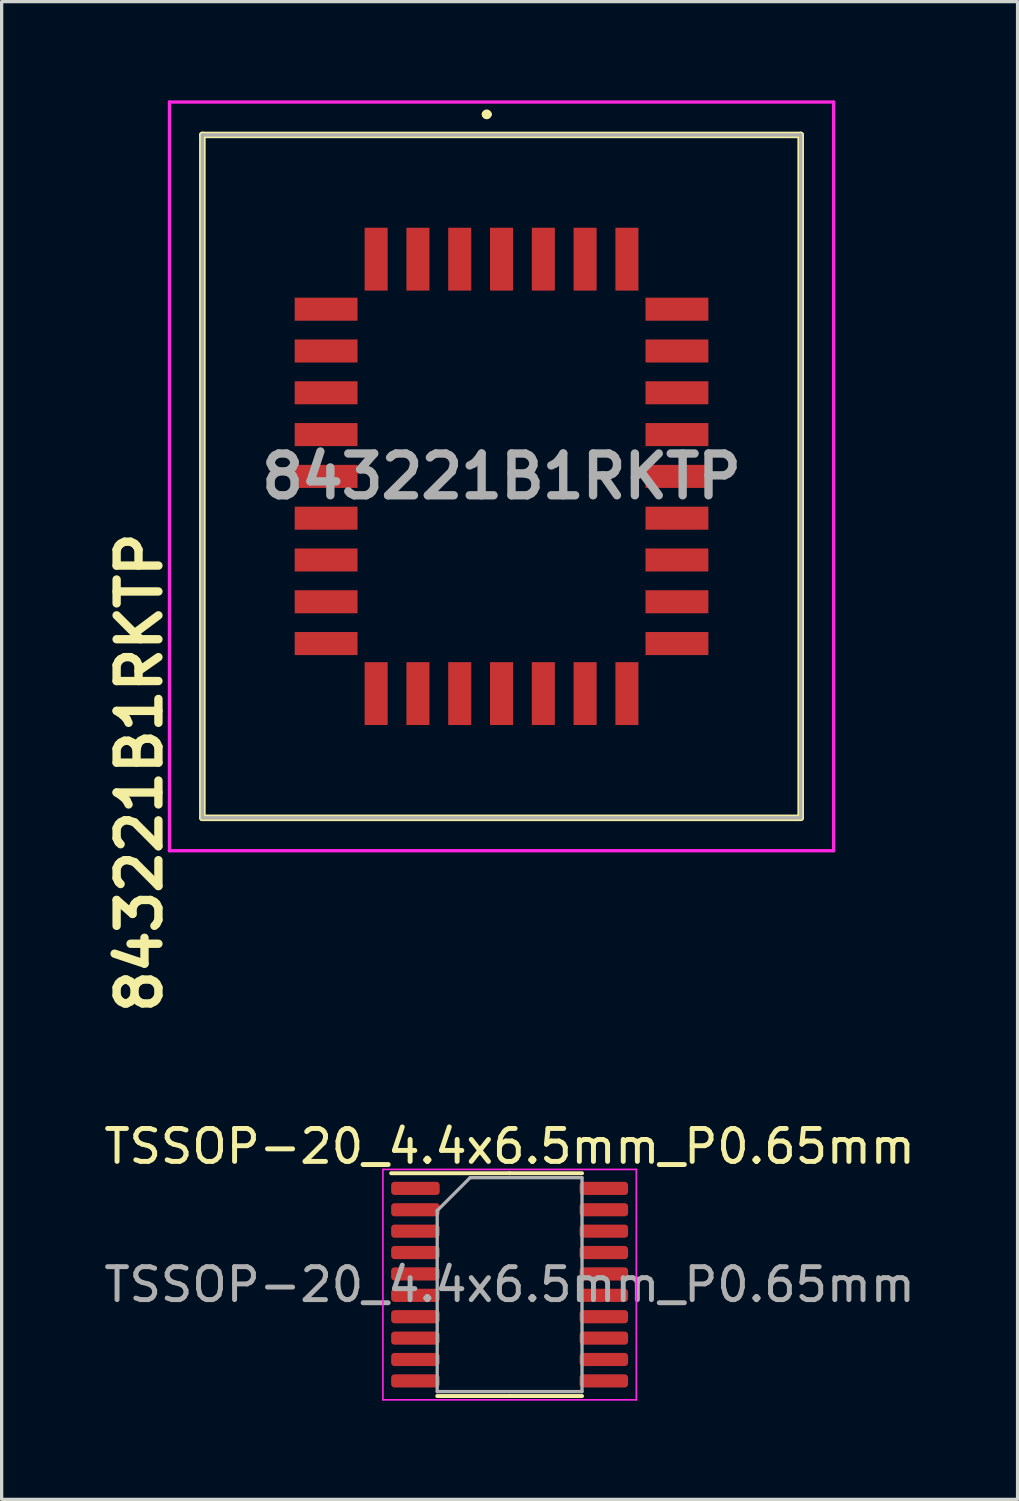
<source format=kicad_pcb>
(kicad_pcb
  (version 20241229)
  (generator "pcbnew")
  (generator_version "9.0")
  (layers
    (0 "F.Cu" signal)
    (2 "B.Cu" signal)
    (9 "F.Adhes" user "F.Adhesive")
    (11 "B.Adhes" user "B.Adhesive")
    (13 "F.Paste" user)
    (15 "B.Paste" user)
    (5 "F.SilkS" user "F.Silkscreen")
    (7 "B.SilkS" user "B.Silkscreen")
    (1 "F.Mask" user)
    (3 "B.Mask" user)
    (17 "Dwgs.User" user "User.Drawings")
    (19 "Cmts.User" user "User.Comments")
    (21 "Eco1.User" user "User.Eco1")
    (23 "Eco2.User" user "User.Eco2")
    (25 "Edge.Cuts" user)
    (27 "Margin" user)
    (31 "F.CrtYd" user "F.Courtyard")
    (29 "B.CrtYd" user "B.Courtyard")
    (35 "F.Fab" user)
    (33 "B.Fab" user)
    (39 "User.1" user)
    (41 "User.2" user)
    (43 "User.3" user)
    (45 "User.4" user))
  (footprint "843221B1RKTP"
    (layer "F.Cu")
    (at 12.189 11.425)
    (property "Reference" "843221B1RKTP" (at -11 9 270) (layer "F.SilkS") (effects (font (size 1.27 1.27) (thickness 0.254))))
    (attr smd)
    (fp_line (start -9.09 -10.375) (end 9.09 -10.375) (stroke (width 0.2) (type solid)) (layer "F.SilkS"))
    (fp_line (start -9.09 10.375) (end -9.09 -10.375) (stroke (width 0.2) (type solid)) (layer "F.SilkS"))
    (fp_line (start -0.5 -11) (end -0.5 -11) (stroke (width 0.2) (type solid)) (layer "F.SilkS"))
    (fp_line (start -0.4 -11) (end -0.4 -11) (stroke (width 0.2) (type solid)) (layer "F.SilkS"))
    (fp_line (start 9.09 -10.375) (end 9.09 10.375) (stroke (width 0.2) (type solid)) (layer "F.SilkS"))
    (fp_line (start 9.09 10.375) (end -9.09 10.375) (stroke (width 0.2) (type solid)) (layer "F.SilkS"))
    (fp_arc (start -0.5 -11) (mid -0.45 -11.05) (end -0.4 -11) (stroke (width 0.2) (type solid)) (layer "F.SilkS"))
    (fp_arc (start -0.4 -11) (mid -0.45 -10.95) (end -0.5 -11) (stroke (width 0.2) (type solid)) (layer "F.SilkS"))
    (fp_line (start -10.09 -11.375) (end 10.09 -11.375) (stroke (width 0.1) (type solid)) (layer "F.CrtYd"))
    (fp_line (start -10.09 11.375) (end -10.09 -11.375) (stroke (width 0.1) (type solid)) (layer "F.CrtYd"))
    (fp_line (start 10.09 -11.375) (end 10.09 11.375) (stroke (width 0.1) (type solid)) (layer "F.CrtYd"))
    (fp_line (start 10.09 11.375) (end -10.09 11.375) (stroke (width 0.1) (type solid)) (layer "F.CrtYd"))
    (fp_line (start -9.09 -10.375) (end 9.09 -10.375) (stroke (width 0.1) (type solid)) (layer "F.Fab"))
    (fp_line (start -9.09 10.375) (end -9.09 -10.375) (stroke (width 0.1) (type solid)) (layer "F.Fab"))
    (fp_line (start 9.09 -10.375) (end 9.09 10.375) (stroke (width 0.1) (type solid)) (layer "F.Fab"))
    (fp_line (start 9.09 10.375) (end -9.09 10.375) (stroke (width 0.1) (type solid)) (layer "F.Fab"))
    (fp_text user "${REFERENCE}" (at 0 0 180) (layer "F.Fab") (effects (font (size 1.27 1.27) (thickness 0.254))))
    (pad "1" smd rect (at 0 -6.6) (size 0.7 1.91) (layers "F.Cu" "F.Mask" "F.Paste"))
    (pad "2" smd rect (at -1.27 -6.6) (size 0.7 1.91) (layers "F.Cu" "F.Mask" "F.Paste"))
    (pad "3" smd rect (at -2.54 -6.6) (size 0.7 1.91) (layers "F.Cu" "F.Mask" "F.Paste"))
    (pad "4" smd rect (at -3.81 -6.6) (size 0.7 1.91) (layers "F.Cu" "F.Mask" "F.Paste"))
    (pad "5" smd rect (at -5.33 -5.08 90) (size 0.7 1.91) (layers "F.Cu" "F.Mask" "F.Paste"))
    (pad "6" smd rect (at -5.33 -3.81 90) (size 0.7 1.91) (layers "F.Cu" "F.Mask" "F.Paste"))
    (pad "7" smd rect (at -5.33 -2.54 90) (size 0.7 1.91) (layers "F.Cu" "F.Mask" "F.Paste"))
    (pad "8" smd rect (at -5.33 -1.27 90) (size 0.7 1.91) (layers "F.Cu" "F.Mask" "F.Paste"))
    (pad "9" smd rect (at -5.33 0 90) (size 0.7 1.91) (layers "F.Cu" "F.Mask" "F.Paste"))
    (pad "10" smd rect (at -5.33 1.27 90) (size 0.7 1.91) (layers "F.Cu" "F.Mask" "F.Paste"))
    (pad "11" smd rect (at -5.33 2.54 90) (size 0.7 1.91) (layers "F.Cu" "F.Mask" "F.Paste"))
    (pad "12" smd rect (at -5.33 3.81 90) (size 0.7 1.91) (layers "F.Cu" "F.Mask" "F.Paste"))
    (pad "13" smd rect (at -5.33 5.08 90) (size 0.7 1.91) (layers "F.Cu" "F.Mask" "F.Paste"))
    (pad "14" smd rect (at -3.81 6.6) (size 0.7 1.91) (layers "F.Cu" "F.Mask" "F.Paste"))
    (pad "15" smd rect (at -2.54 6.6) (size 0.7 1.91) (layers "F.Cu" "F.Mask" "F.Paste"))
    (pad "16" smd rect (at -1.27 6.6) (size 0.7 1.91) (layers "F.Cu" "F.Mask" "F.Paste"))
    (pad "17" smd rect (at 0 6.6) (size 0.7 1.91) (layers "F.Cu" "F.Mask" "F.Paste"))
    (pad "18" smd rect (at 1.27 6.6) (size 0.7 1.91) (layers "F.Cu" "F.Mask" "F.Paste"))
    (pad "19" smd rect (at 2.54 6.6) (size 0.7 1.91) (layers "F.Cu" "F.Mask" "F.Paste"))
    (pad "20" smd rect (at 3.81 6.6) (size 0.7 1.91) (layers "F.Cu" "F.Mask" "F.Paste"))
    (pad "21" smd rect (at 5.33 5.08 90) (size 0.7 1.91) (layers "F.Cu" "F.Mask" "F.Paste"))
    (pad "22" smd rect (at 5.33 3.81 90) (size 0.7 1.91) (layers "F.Cu" "F.Mask" "F.Paste"))
    (pad "23" smd rect (at 5.33 2.54 90) (size 0.7 1.91) (layers "F.Cu" "F.Mask" "F.Paste"))
    (pad "24" smd rect (at 5.33 1.27 90) (size 0.7 1.91) (layers "F.Cu" "F.Mask" "F.Paste"))
    (pad "25" smd rect (at 5.33 0 90) (size 0.7 1.91) (layers "F.Cu" "F.Mask" "F.Paste"))
    (pad "26" smd rect (at 5.33 -1.27 90) (size 0.7 1.91) (layers "F.Cu" "F.Mask" "F.Paste"))
    (pad "27" smd rect (at 5.33 -2.54 90) (size 0.7 1.91) (layers "F.Cu" "F.Mask" "F.Paste"))
    (pad "28" smd rect (at 5.33 -3.81 90) (size 0.7 1.91) (layers "F.Cu" "F.Mask" "F.Paste"))
    (pad "29" smd rect (at 5.33 -5.08 90) (size 0.7 1.91) (layers "F.Cu" "F.Mask" "F.Paste"))
    (pad "30" smd rect (at 3.81 -6.6) (size 0.7 1.91) (layers "F.Cu" "F.Mask" "F.Paste"))
    (pad "31" smd rect (at 2.54 -6.6) (size 0.7 1.91) (layers "F.Cu" "F.Mask" "F.Paste"))
    (pad "32" smd rect (at 1.27 -6.6) (size 0.7 1.91) (layers "F.Cu" "F.Mask" "F.Paste")))
  (footprint "TSSOP-20_4.4x6.5mm_P0.65mm"
    (layer "F.Cu")
    (at 12.435 35.984)
    (property "Reference" "TSSOP-20_4.4x6.5mm_P0.65mm" (at 0 -4.2 0) (layer "F.SilkS") (effects (font (size 1 1) (thickness 0.15))))
    (attr smd)
    (fp_line (start 0 -3.385) (end -3.6 -3.385) (stroke (width 0.12) (type solid)) (layer "F.SilkS"))
    (fp_line (start 0 -3.385) (end 2.2 -3.385) (stroke (width 0.12) (type solid)) (layer "F.SilkS"))
    (fp_line (start 0 3.385) (end -2.2 3.385) (stroke (width 0.12) (type solid)) (layer "F.SilkS"))
    (fp_line (start 0 3.385) (end 2.2 3.385) (stroke (width 0.12) (type solid)) (layer "F.SilkS"))
    (fp_line (start -3.85 -3.5) (end -3.85 3.5) (stroke (width 0.05) (type solid)) (layer "F.CrtYd"))
    (fp_line (start -3.85 3.5) (end 3.85 3.5) (stroke (width 0.05) (type solid)) (layer "F.CrtYd"))
    (fp_line (start 3.85 -3.5) (end -3.85 -3.5) (stroke (width 0.05) (type solid)) (layer "F.CrtYd"))
    (fp_line (start 3.85 3.5) (end 3.85 -3.5) (stroke (width 0.05) (type solid)) (layer "F.CrtYd"))
    (fp_line (start -2.2 -2.25) (end -1.2 -3.25) (stroke (width 0.1) (type solid)) (layer "F.Fab"))
    (fp_line (start -2.2 3.25) (end -2.2 -2.25) (stroke (width 0.1) (type solid)) (layer "F.Fab"))
    (fp_line (start -1.2 -3.25) (end 2.2 -3.25) (stroke (width 0.1) (type solid)) (layer "F.Fab"))
    (fp_line (start 2.2 -3.25) (end 2.2 3.25) (stroke (width 0.1) (type solid)) (layer "F.Fab"))
    (fp_line (start 2.2 3.25) (end -2.2 3.25) (stroke (width 0.1) (type solid)) (layer "F.Fab"))
    (fp_text user "${REFERENCE}" (at 0 0 0) (layer "F.Fab") (effects (font (size 1 1) (thickness 0.15))))
    (pad "1" smd roundrect (at -2.862 -2.925) (size 1.475 0.4) (layers "F.Cu" "F.Mask" "F.Paste") (roundrect_rratio 0.25))
    (pad "2" smd roundrect (at -2.862 -2.275) (size 1.475 0.4) (layers "F.Cu" "F.Mask" "F.Paste") (roundrect_rratio 0.25))
    (pad "3" smd roundrect (at -2.862 -1.625) (size 1.475 0.4) (layers "F.Cu" "F.Mask" "F.Paste") (roundrect_rratio 0.25))
    (pad "4" smd roundrect (at -2.862 -0.975) (size 1.475 0.4) (layers "F.Cu" "F.Mask" "F.Paste") (roundrect_rratio 0.25))
    (pad "5" smd roundrect (at -2.862 -0.325) (size 1.475 0.4) (layers "F.Cu" "F.Mask" "F.Paste") (roundrect_rratio 0.25))
    (pad "6" smd roundrect (at -2.862 0.325) (size 1.475 0.4) (layers "F.Cu" "F.Mask" "F.Paste") (roundrect_rratio 0.25))
    (pad "7" smd roundrect (at -2.862 0.975) (size 1.475 0.4) (layers "F.Cu" "F.Mask" "F.Paste") (roundrect_rratio 0.25))
    (pad "8" smd roundrect (at -2.862 1.625) (size 1.475 0.4) (layers "F.Cu" "F.Mask" "F.Paste") (roundrect_rratio 0.25))
    (pad "9" smd roundrect (at -2.862 2.275) (size 1.475 0.4) (layers "F.Cu" "F.Mask" "F.Paste") (roundrect_rratio 0.25))
    (pad "10" smd roundrect (at -2.862 2.925) (size 1.475 0.4) (layers "F.Cu" "F.Mask" "F.Paste") (roundrect_rratio 0.25))
    (pad "11" smd roundrect (at 2.862 2.925) (size 1.475 0.4) (layers "F.Cu" "F.Mask" "F.Paste") (roundrect_rratio 0.25))
    (pad "12" smd roundrect (at 2.862 2.275) (size 1.475 0.4) (layers "F.Cu" "F.Mask" "F.Paste") (roundrect_rratio 0.25))
    (pad "13" smd roundrect (at 2.862 1.625) (size 1.475 0.4) (layers "F.Cu" "F.Mask" "F.Paste") (roundrect_rratio 0.25))
    (pad "14" smd roundrect (at 2.862 0.975) (size 1.475 0.4) (layers "F.Cu" "F.Mask" "F.Paste") (roundrect_rratio 0.25))
    (pad "15" smd roundrect (at 2.862 0.325) (size 1.475 0.4) (layers "F.Cu" "F.Mask" "F.Paste") (roundrect_rratio 0.25))
    (pad "16" smd roundrect (at 2.862 -0.325) (size 1.475 0.4) (layers "F.Cu" "F.Mask" "F.Paste") (roundrect_rratio 0.25))
    (pad "17" smd roundrect (at 2.862 -0.975) (size 1.475 0.4) (layers "F.Cu" "F.Mask" "F.Paste") (roundrect_rratio 0.25))
    (pad "18" smd roundrect (at 2.862 -1.625) (size 1.475 0.4) (layers "F.Cu" "F.Mask" "F.Paste") (roundrect_rratio 0.25))
    (pad "19" smd roundrect (at 2.862 -2.275) (size 1.475 0.4) (layers "F.Cu" "F.Mask" "F.Paste") (roundrect_rratio 0.25))
    (pad "20" smd roundrect (at 2.862 -2.925) (size 1.475 0.4) (layers "F.Cu" "F.Mask" "F.Paste") (roundrect_rratio 0.25)))
  (gr_rect
    (start -3 -3)
    (end 27.869 42.509)
    (stroke (width 0.1) (type default))
    (fill no)
    (layer "Edge.Cuts")))
</source>
